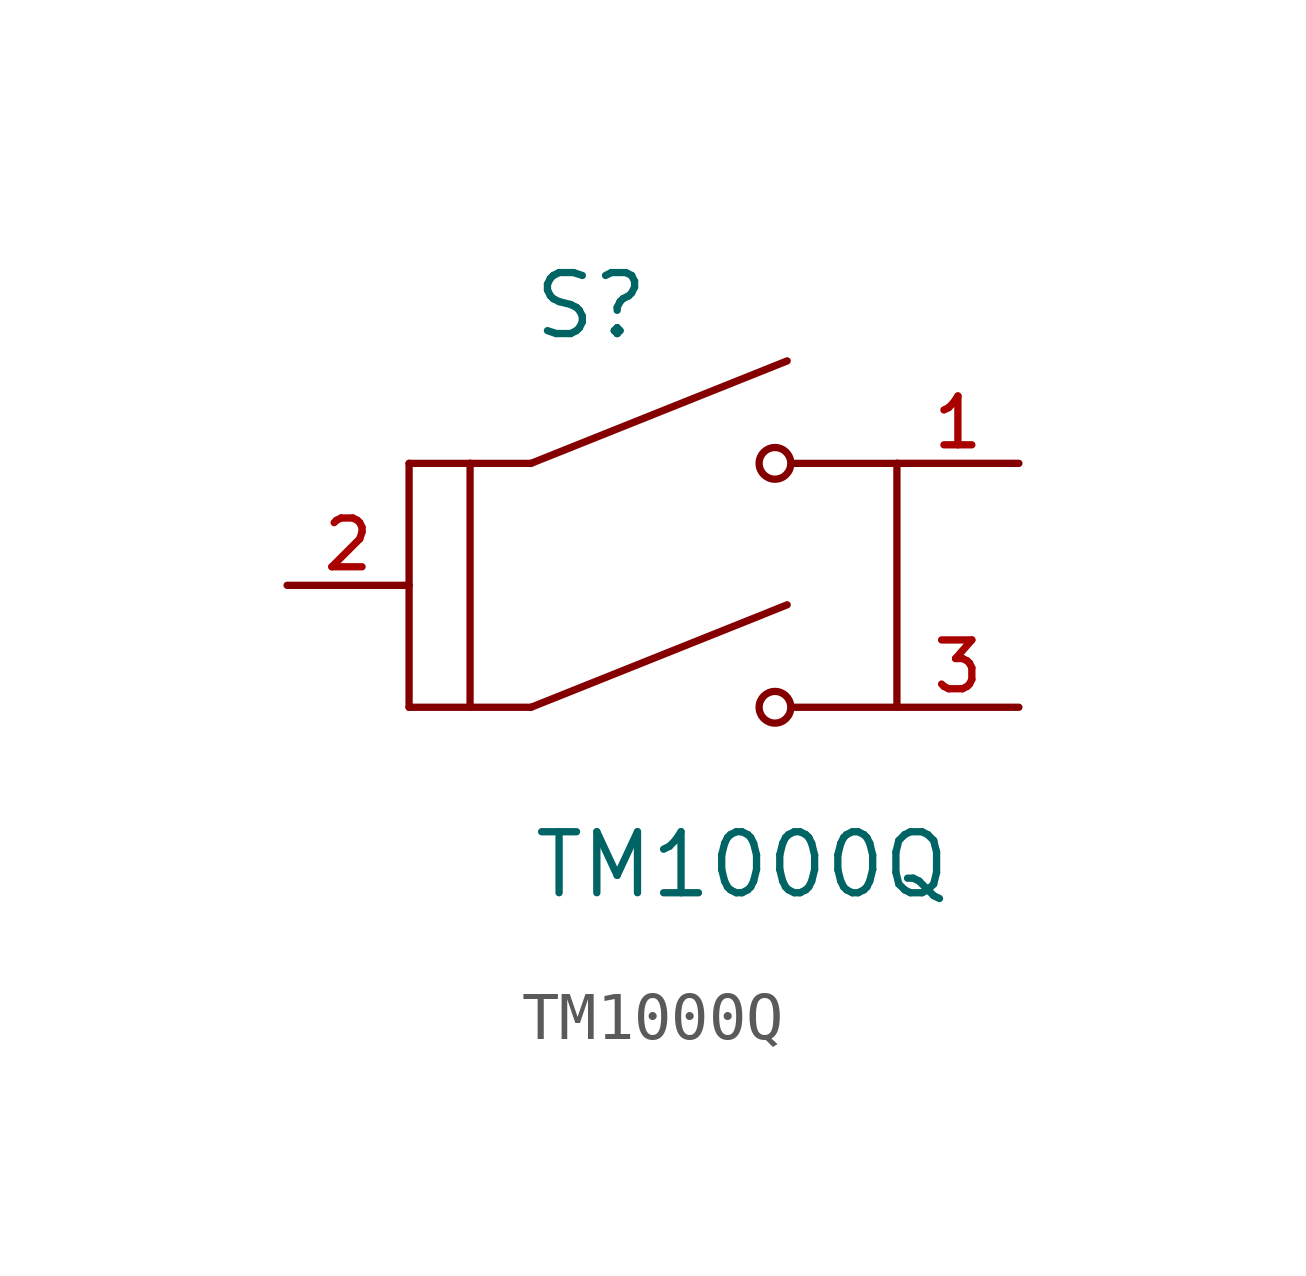
<source format=kicad_sym>
(kicad_symbol_lib
  (version 20211014)
  (generator kicad_symbol_editor)
  (symbol "TM1000Q"
    (pin_names
      (offset 1.016))
    (property "Reference" "S"
      (at -2.54 5.08 0)
      (effects (font (size 1.27 1.27)) (justify bottom left)))
    (property "Value" "TM1000Q"
      (at -2.54 -5.08 0)
      (effects (font (size 1.27 1.27)) (justify top left)))
    (symbol "TM1000Q_0_0"
      (polyline (pts (xy -2.54 2.54) (xy 2.794 4.674)) (stroke (width 0.152)))
      (circle (center 2.54 2.54) (radius 0.33) (stroke (width 0.152)) (fill (type none)))
      (polyline (pts (xy 5.08 2.54) (xy 2.921 2.54)) (stroke (width 0.152)))
      (polyline (pts (xy -2.54 2.54) (xy -3.81 2.54)) (stroke (width 0.152)))
      (polyline (pts (xy -3.81 2.54) (xy -5.08 2.54)) (stroke (width 0.152)))
      (polyline (pts (xy -2.54 -2.54) (xy 2.794 -0.406)) (stroke (width 0.152)))
      (circle (center 2.54 -2.54) (radius 0.33) (stroke (width 0.152)) (fill (type none)))
      (polyline (pts (xy 5.08 -2.54) (xy 2.921 -2.54)) (stroke (width 0.152)))
      (polyline (pts (xy -2.54 -2.54) (xy -3.81 -2.54)) (stroke (width 0.152)))
      (polyline (pts (xy -3.81 -2.54) (xy -5.08 -2.54)) (stroke (width 0.152)))
      (polyline (pts (xy -5.08 2.54) (xy -5.08 -2.54)) (stroke (width 0.152)))
      (polyline (pts (xy 5.08 2.54) (xy 5.08 -2.54)) (stroke (width 0.152)))
      (polyline (pts (xy -3.81 2.54) (xy -3.81 -2.54)) (stroke (width 0.152)))
      (pin passive line (at -7.62 0.0 0) (length 2.54) (name "~" (effects (font (size 1.016 1.016)))) (number "2" (effects (font (size 1.016 1.016)))))
      (pin passive line (at 7.62 2.54 180.0) (length 2.54) (name "~" (effects (font (size 1.016 1.016)))) (number "1" (effects (font (size 1.016 1.016)))))
      (pin passive line (at 7.62 -2.54 180.0) (length 2.54) (name "~" (effects (font (size 1.016 1.016)))) (number "3" (effects (font (size 1.016 1.016))))))))
</source>
